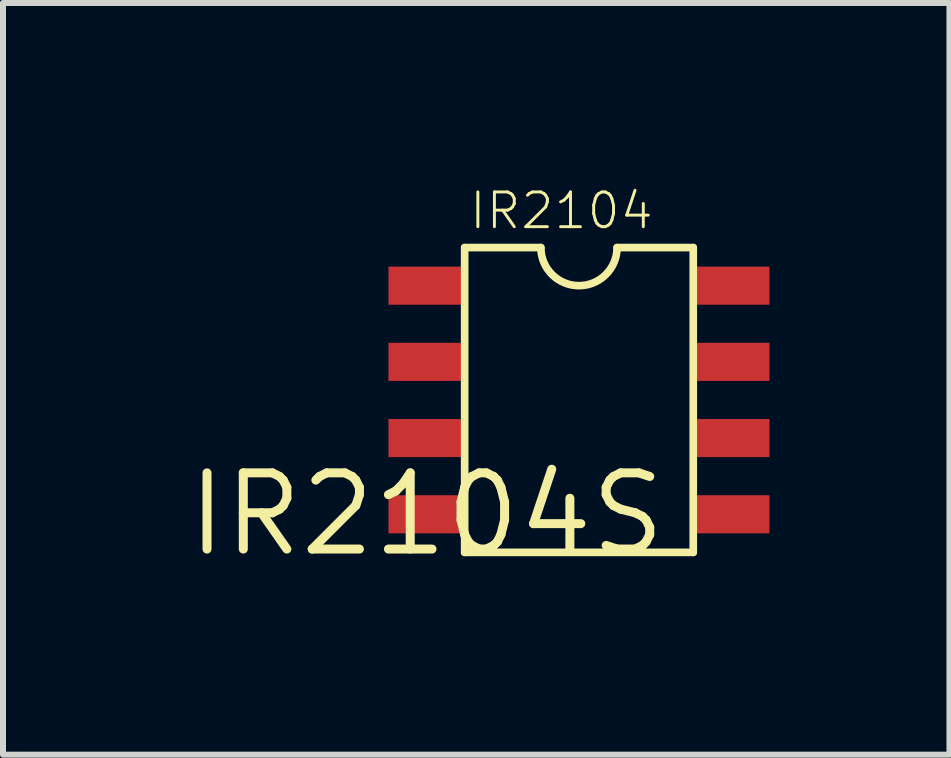
<source format=kicad_pcb>
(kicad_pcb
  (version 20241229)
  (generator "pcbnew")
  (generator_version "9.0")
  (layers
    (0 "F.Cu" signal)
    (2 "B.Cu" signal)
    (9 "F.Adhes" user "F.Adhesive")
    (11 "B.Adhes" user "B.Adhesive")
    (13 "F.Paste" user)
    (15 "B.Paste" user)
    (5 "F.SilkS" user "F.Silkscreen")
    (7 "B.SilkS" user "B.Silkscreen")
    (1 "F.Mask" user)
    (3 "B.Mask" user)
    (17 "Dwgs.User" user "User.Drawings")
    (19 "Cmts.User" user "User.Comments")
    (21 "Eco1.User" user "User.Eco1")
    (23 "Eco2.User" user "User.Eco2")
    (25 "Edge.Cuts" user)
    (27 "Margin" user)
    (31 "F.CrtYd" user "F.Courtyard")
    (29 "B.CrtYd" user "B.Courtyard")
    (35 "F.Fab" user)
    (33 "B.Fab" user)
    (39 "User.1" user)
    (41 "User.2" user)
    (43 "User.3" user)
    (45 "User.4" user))
  (footprint "IR2104S"
    (layer "F.Cu")
    (at 4.059 5.521)
    (property "Reference" "IR2104S" (at 0 0 0) (layer "F.SilkS") (effects (font (size 1.27 1.27) (thickness 0.15))))
    (attr through_hole)
    (fp_line (start 0.635 -4.445) (end 1.905 -4.445) (stroke (width 0.127) (type solid)) (layer "F.SilkS"))
    (fp_line (start 0.635 0.635) (end 0.635 -4.445) (stroke (width 0.127) (type solid)) (layer "F.SilkS"))
    (fp_line (start 4.445 -4.445) (end 3.175 -4.445) (stroke (width 0.127) (type solid)) (layer "F.SilkS"))
    (fp_line (start 4.445 0.635) (end 0.635 0.635) (stroke (width 0.127) (type solid)) (layer "F.SilkS"))
    (fp_line (start 4.445 0.635) (end 4.445 -4.445) (stroke (width 0.127) (type solid)) (layer "F.SilkS"))
    (fp_arc (start 3.175 -4.445) (mid 2.54 -3.81) (end 1.905 -4.445) (stroke (width 0.127) (type solid)) (layer "F.SilkS"))
    (fp_text user "IR2104" (at 3.81 -5.397 0) (layer "F.SilkS") (effects (font (size 0.579 0.579) (thickness 0.049)) (justify right top)))
    (pad "1" smd rect (at 0 -3.81) (size 1.27 0.635) (layers "F.Cu" "F.Mask" "F.Paste"))
    (pad "2" smd rect (at 0 -2.54) (size 1.27 0.635) (layers "F.Cu" "F.Mask" "F.Paste"))
    (pad "3" smd rect (at 0 -1.27) (size 1.27 0.635) (layers "F.Cu" "F.Mask" "F.Paste"))
    (pad "4" smd rect (at 0 0) (size 1.27 0.635) (layers "F.Cu" "F.Mask" "F.Paste"))
    (pad "5" smd rect (at 5.08 0) (size 1.27 0.635) (layers "F.Cu" "F.Mask" "F.Paste"))
    (pad "6" smd rect (at 5.08 -1.27) (size 1.27 0.635) (layers "F.Cu" "F.Mask" "F.Paste"))
    (pad "7" smd rect (at 5.08 -2.54) (size 1.27 0.635) (layers "F.Cu" "F.Mask" "F.Paste"))
    (pad "8" smd rect (at 5.08 -3.81) (size 1.27 0.635) (layers "F.Cu" "F.Mask" "F.Paste")))
  (gr_rect
    (start -3 -3)
    (end 12.774 9.527)
    (stroke (width 0.1) (type default))
    (fill no)
    (layer "Edge.Cuts")))
</source>
